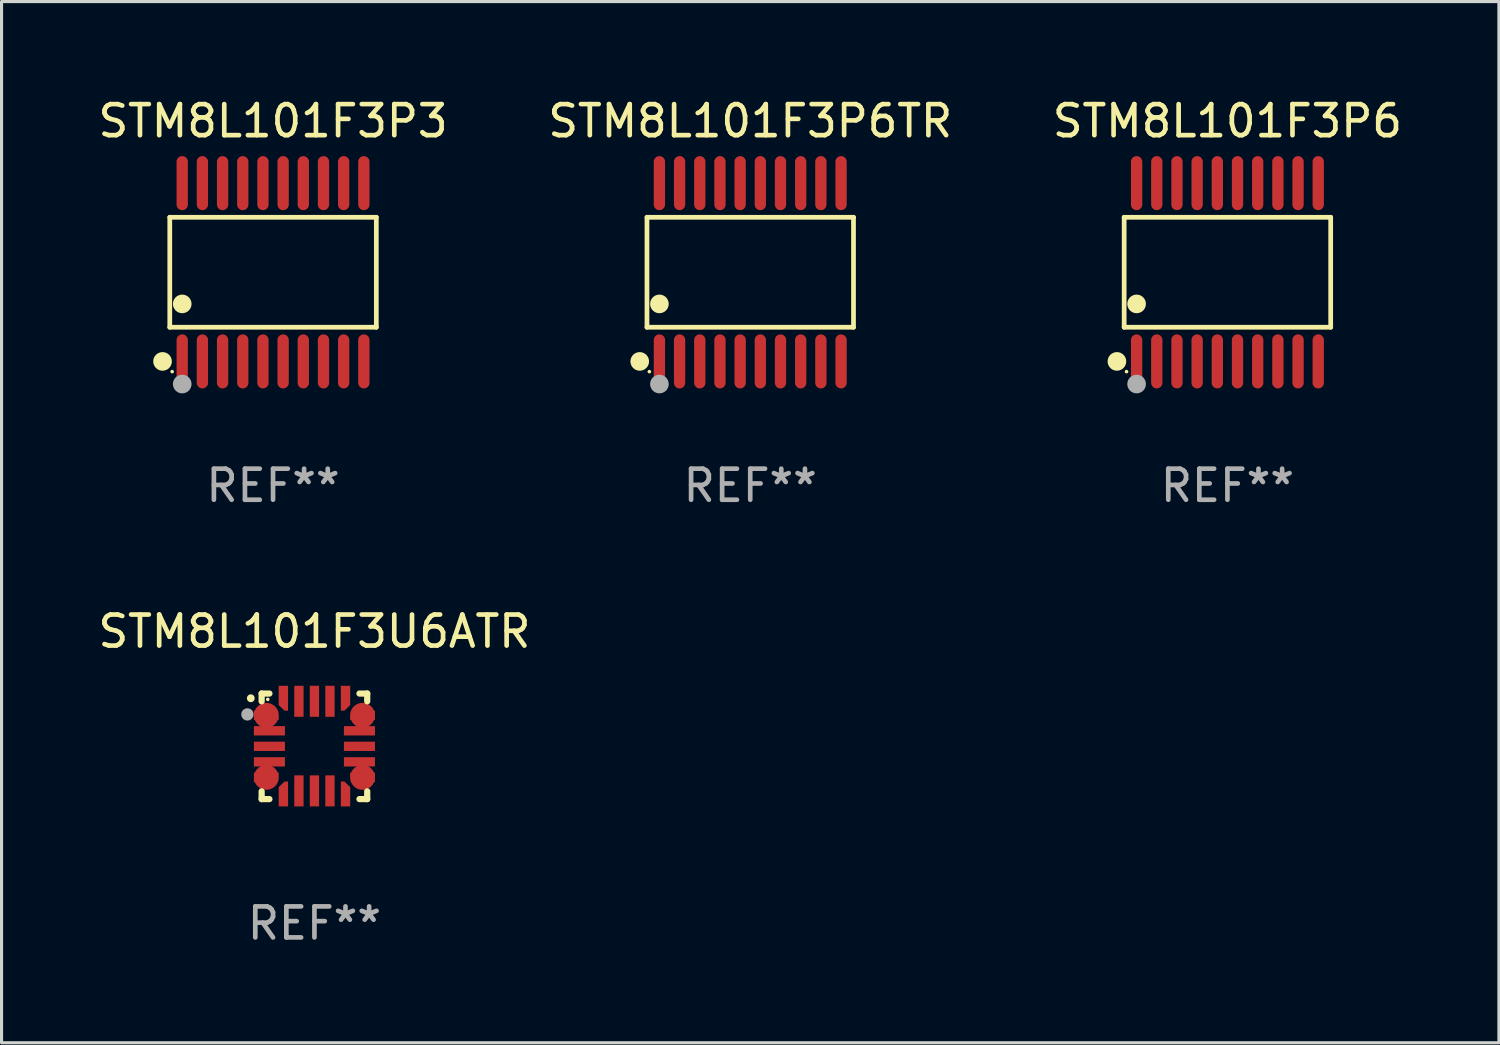
<source format=kicad_pcb>
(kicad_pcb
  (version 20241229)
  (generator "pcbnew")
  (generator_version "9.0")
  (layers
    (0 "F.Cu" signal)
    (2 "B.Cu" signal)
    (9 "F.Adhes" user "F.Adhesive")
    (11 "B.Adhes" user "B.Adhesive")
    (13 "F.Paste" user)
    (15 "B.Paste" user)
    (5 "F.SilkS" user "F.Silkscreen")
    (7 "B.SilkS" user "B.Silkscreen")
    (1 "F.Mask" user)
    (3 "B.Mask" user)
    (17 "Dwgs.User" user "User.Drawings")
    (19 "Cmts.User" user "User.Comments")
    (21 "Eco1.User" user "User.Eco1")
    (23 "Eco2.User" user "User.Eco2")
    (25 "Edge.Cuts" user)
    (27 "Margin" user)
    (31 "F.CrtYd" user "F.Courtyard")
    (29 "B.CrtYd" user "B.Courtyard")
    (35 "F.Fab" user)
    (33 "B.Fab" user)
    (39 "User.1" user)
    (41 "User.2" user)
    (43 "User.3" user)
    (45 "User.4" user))
  (footprint "STM8L101F3U6ATR"
    (layer "F.Cu")
    (at 7.077 20.987)
    (property "Reference" "STM8L101F3U6ATR" (at 0 -3.7 0) (layer "F.SilkS") (effects (font (size 1 1) (thickness 0.15))))
    (attr through_hole)
    (fp_line (start -1.7 -1.7) (end -1.45 -1.7) (stroke (width 0.2) (type solid)) (layer "F.SilkS"))
    (fp_line (start -1.7 -1.45) (end -1.7 -1.7) (stroke (width 0.2) (type solid)) (layer "F.SilkS"))
    (fp_line (start -1.7 1.45) (end -1.7 1.7) (stroke (width 0.2) (type solid)) (layer "F.SilkS"))
    (fp_line (start -1.7 1.7) (end -1.45 1.7) (stroke (width 0.2) (type solid)) (layer "F.SilkS"))
    (fp_line (start 1.45 -1.7) (end 1.7 -1.7) (stroke (width 0.2) (type solid)) (layer "F.SilkS"))
    (fp_line (start 1.45 1.7) (end 1.7 1.7) (stroke (width 0.2) (type solid)) (layer "F.SilkS"))
    (fp_line (start 1.7 -1.7) (end 1.7 -1.45) (stroke (width 0.2) (type solid)) (layer "F.SilkS"))
    (fp_line (start 1.7 1.7) (end 1.7 1.45) (stroke (width 0.2) (type solid)) (layer "F.SilkS"))
    (fp_arc (start -2.049784 -1.546863) (mid -2.04979 -1.548133) (end -2.049784 -1.549403) (stroke (width 0.25) (type solid)) (layer "F.SilkS"))
    (fp_circle (center -1.503 -1.512) (end -1.473 -1.512) (stroke (width 0.06) (type solid)) (fill no) (layer "F.SilkS"))
    (fp_circle (center -2.159 -1.028) (end -2.059 -1.028) (stroke (width 0.2) (type solid)) (fill no) (layer "F.Fab"))
    (fp_text user "REF**" (at 0 5.7 0) (layer "F.Fab") (effects (font (size 1 1) (thickness 0.15))))
    (pad "1" smd custom (at -1.549 -1) (size 0.803 0.302) (layers "F.Cu" "F.Mask" "F.Paste") (options (anchor circle)) (primitives (gr_poly (pts (xy -0.401 -0.151) (xy 0.221 -0.151) (xy 0.399 0.036) (xy 0.401 0.15) (xy -0.401 0.151)) (width 0) (fill yes))))
    (pad "2" smd rect (at -1.45 -0.5 90) (size 0.3 1) (layers "F.Cu" "F.Mask" "F.Paste"))
    (pad "3" smd rect (at -1.45 0 90) (size 0.3 1) (layers "F.Cu" "F.Mask" "F.Paste"))
    (pad "4" smd rect (at -1.45 0.5 90) (size 0.3 1) (layers "F.Cu" "F.Mask" "F.Paste"))
    (pad "5" smd custom (at -1.549 1.001) (size 0.803 0.302) (layers "F.Cu" "F.Mask" "F.Paste") (options (anchor circle)) (primitives (gr_poly (pts (xy -0.401 0.151) (xy 0.221 0.151) (xy 0.399 -0.037) (xy 0.401 -0.15) (xy -0.401 -0.152)) (width 0) (fill yes))))
    (pad "6" smd custom (at -1 1.552) (size 0.302 0.803) (layers "F.Cu" "F.Mask" "F.Paste") (options (anchor circle)) (primitives (gr_poly (pts (xy -0.151 0.383) (xy -0.151 -0.239) (xy 0.036 -0.418) (xy 0.15 -0.42) (xy 0.151 0.383)) (width 0) (fill yes))))
    (pad "7" smd rect (at -0.5 1.435) (size 0.3 1) (layers "F.Cu" "F.Mask" "F.Paste"))
    (pad "8" smd rect (at 0 1.435) (size 0.3 1) (layers "F.Cu" "F.Mask" "F.Paste"))
    (pad "9" smd rect (at 0.5 1.435) (size 0.3 1) (layers "F.Cu" "F.Mask" "F.Paste"))
    (pad "10" smd custom (at 1.001 1.552) (size 0.302 0.803) (layers "F.Cu" "F.Mask" "F.Paste") (options (anchor circle)) (primitives (gr_poly (pts (xy 0.151 0.383) (xy 0.151 -0.239) (xy -0.036 -0.418) (xy -0.15 -0.42) (xy -0.151 0.383)) (width 0) (fill yes))))
    (pad "11" smd custom (at 1.549 1.001) (size 0.803 0.302) (layers "F.Cu" "F.Mask" "F.Paste") (options (anchor circle)) (primitives (gr_poly (pts (xy 0.401 0.151) (xy -0.221 0.151) (xy -0.399 -0.037) (xy -0.401 -0.15) (xy 0.401 -0.152)) (width 0) (fill yes))))
    (pad "12" smd rect (at 1.45 0.5 90) (size 0.3 1) (layers "F.Cu" "F.Mask" "F.Paste"))
    (pad "13" smd rect (at 1.45 0 90) (size 0.3 1) (layers "F.Cu" "F.Mask" "F.Paste"))
    (pad "14" smd rect (at 1.45 -0.5 90) (size 0.3 1) (layers "F.Cu" "F.Mask" "F.Paste"))
    (pad "15" smd custom (at 1.549 -1) (size 0.803 0.302) (layers "F.Cu" "F.Mask" "F.Paste") (options (anchor circle)) (primitives (gr_poly (pts (xy 0.401 -0.151) (xy -0.221 -0.151) (xy -0.399 0.036) (xy -0.401 0.15) (xy 0.401 0.151)) (width 0) (fill yes))))
    (pad "16" smd custom (at 1.001 -1.567) (size 0.302 0.803) (layers "F.Cu" "F.Mask" "F.Paste") (options (anchor circle)) (primitives (gr_poly (pts (xy 0.151 -0.383) (xy 0.151 0.239) (xy -0.036 0.418) (xy -0.15 0.42) (xy -0.151 -0.383)) (width 0) (fill yes))))
    (pad "17" smd rect (at 0.5 -1.45) (size 0.3 1) (layers "F.Cu" "F.Mask" "F.Paste"))
    (pad "18" smd rect (at 0 -1.45) (size 0.3 1) (layers "F.Cu" "F.Mask" "F.Paste"))
    (pad "19" smd rect (at -0.5 -1.45) (size 0.3 1) (layers "F.Cu" "F.Mask" "F.Paste"))
    (pad "20" smd custom (at -1 -1.567) (size 0.302 0.803) (layers "F.Cu" "F.Mask" "F.Paste") (options (anchor circle)) (primitives (gr_poly (pts (xy -0.151 -0.383) (xy -0.151 0.239) (xy 0.036 0.418) (xy 0.15 0.42) (xy 0.151 -0.383)) (width 0) (fill yes)))))
  (footprint "STM8L101F3P3"
    (layer "F.Cu")
    (at 5.744 5.719)
    (property "Reference" "STM8L101F3P3" (at 0 -4.871 0) (layer "F.SilkS") (effects (font (size 1 1) (thickness 0.15))))
    (attr through_hole)
    (fp_line (start -3.326 -1.771) (end 3.326 -1.771) (stroke (width 0.152) (type solid)) (layer "F.SilkS"))
    (fp_line (start -3.326 1.771) (end -3.326 -1.771) (stroke (width 0.152) (type solid)) (layer "F.SilkS"))
    (fp_line (start 3.326 -1.771) (end 3.326 1.771) (stroke (width 0.152) (type solid)) (layer "F.SilkS"))
    (fp_line (start 3.326 1.771) (end -3.326 1.771) (stroke (width 0.152) (type solid)) (layer "F.SilkS"))
    (fp_circle (center -3.559 2.871) (end -3.409 2.871) (stroke (width 0.3) (type solid)) (fill no) (layer "F.SilkS"))
    (fp_circle (center -3.25 3.2) (end -3.22 3.2) (stroke (width 0.06) (type solid)) (fill no) (layer "F.SilkS"))
    (fp_circle (center -2.925 1.019) (end -2.775 1.019) (stroke (width 0.3) (type solid)) (fill no) (layer "F.SilkS"))
    (fp_circle (center -2.925 3.6) (end -2.775 3.6) (stroke (width 0.3) (type solid)) (fill no) (layer "F.Fab"))
    (fp_text user "REF**" (at 0 6.871 0) (layer "F.Fab") (effects (font (size 1 1) (thickness 0.15))))
    (pad "1" smd oval (at -2.925 2.871) (size 0.364 1.742) (layers "F.Cu" "F.Mask" "F.Paste"))
    (pad "2" smd oval (at -2.275 2.871) (size 0.364 1.742) (layers "F.Cu" "F.Mask" "F.Paste"))
    (pad "3" smd oval (at -1.625 2.871) (size 0.364 1.742) (layers "F.Cu" "F.Mask" "F.Paste"))
    (pad "4" smd oval (at -0.975 2.871) (size 0.364 1.742) (layers "F.Cu" "F.Mask" "F.Paste"))
    (pad "5" smd oval (at -0.325 2.871) (size 0.364 1.742) (layers "F.Cu" "F.Mask" "F.Paste"))
    (pad "6" smd oval (at 0.325 2.871) (size 0.364 1.742) (layers "F.Cu" "F.Mask" "F.Paste"))
    (pad "7" smd oval (at 0.975 2.871) (size 0.364 1.742) (layers "F.Cu" "F.Mask" "F.Paste"))
    (pad "8" smd oval (at 1.625 2.871) (size 0.364 1.742) (layers "F.Cu" "F.Mask" "F.Paste"))
    (pad "9" smd oval (at 2.275 2.871) (size 0.364 1.742) (layers "F.Cu" "F.Mask" "F.Paste"))
    (pad "10" smd oval (at 2.925 2.871) (size 0.364 1.742) (layers "F.Cu" "F.Mask" "F.Paste"))
    (pad "11" smd oval (at 2.925 -2.871) (size 0.364 1.742) (layers "F.Cu" "F.Mask" "F.Paste"))
    (pad "12" smd oval (at 2.275 -2.871) (size 0.364 1.742) (layers "F.Cu" "F.Mask" "F.Paste"))
    (pad "13" smd oval (at 1.625 -2.871) (size 0.364 1.742) (layers "F.Cu" "F.Mask" "F.Paste"))
    (pad "14" smd oval (at 0.975 -2.871) (size 0.364 1.742) (layers "F.Cu" "F.Mask" "F.Paste"))
    (pad "15" smd oval (at 0.325 -2.871) (size 0.364 1.742) (layers "F.Cu" "F.Mask" "F.Paste"))
    (pad "16" smd oval (at -0.325 -2.871) (size 0.364 1.742) (layers "F.Cu" "F.Mask" "F.Paste"))
    (pad "17" smd oval (at -0.975 -2.871) (size 0.364 1.742) (layers "F.Cu" "F.Mask" "F.Paste"))
    (pad "18" smd oval (at -1.625 -2.871) (size 0.364 1.742) (layers "F.Cu" "F.Mask" "F.Paste"))
    (pad "19" smd oval (at -2.275 -2.871) (size 0.364 1.742) (layers "F.Cu" "F.Mask" "F.Paste"))
    (pad "20" smd oval (at -2.925 -2.871) (size 0.364 1.742) (layers "F.Cu" "F.Mask" "F.Paste")))
  (footprint "STM8L101F3P6"
    (layer "F.Cu")
    (at 36.482 5.719)
    (property "Reference" "STM8L101F3P6" (at 0 -4.871 0) (layer "F.SilkS") (effects (font (size 1 1) (thickness 0.15))))
    (attr through_hole)
    (fp_line (start -3.326 -1.771) (end 3.326 -1.771) (stroke (width 0.152) (type solid)) (layer "F.SilkS"))
    (fp_line (start -3.326 1.771) (end -3.326 -1.771) (stroke (width 0.152) (type solid)) (layer "F.SilkS"))
    (fp_line (start 3.326 -1.771) (end 3.326 1.771) (stroke (width 0.152) (type solid)) (layer "F.SilkS"))
    (fp_line (start 3.326 1.771) (end -3.326 1.771) (stroke (width 0.152) (type solid)) (layer "F.SilkS"))
    (fp_circle (center -3.559 2.871) (end -3.409 2.871) (stroke (width 0.3) (type solid)) (fill no) (layer "F.SilkS"))
    (fp_circle (center -3.25 3.2) (end -3.22 3.2) (stroke (width 0.06) (type solid)) (fill no) (layer "F.SilkS"))
    (fp_circle (center -2.925 1.019) (end -2.775 1.019) (stroke (width 0.3) (type solid)) (fill no) (layer "F.SilkS"))
    (fp_circle (center -2.925 3.6) (end -2.775 3.6) (stroke (width 0.3) (type solid)) (fill no) (layer "F.Fab"))
    (fp_text user "REF**" (at 0 6.871 0) (layer "F.Fab") (effects (font (size 1 1) (thickness 0.15))))
    (pad "1" smd oval (at -2.925 2.871) (size 0.364 1.742) (layers "F.Cu" "F.Mask" "F.Paste"))
    (pad "2" smd oval (at -2.275 2.871) (size 0.364 1.742) (layers "F.Cu" "F.Mask" "F.Paste"))
    (pad "3" smd oval (at -1.625 2.871) (size 0.364 1.742) (layers "F.Cu" "F.Mask" "F.Paste"))
    (pad "4" smd oval (at -0.975 2.871) (size 0.364 1.742) (layers "F.Cu" "F.Mask" "F.Paste"))
    (pad "5" smd oval (at -0.325 2.871) (size 0.364 1.742) (layers "F.Cu" "F.Mask" "F.Paste"))
    (pad "6" smd oval (at 0.325 2.871) (size 0.364 1.742) (layers "F.Cu" "F.Mask" "F.Paste"))
    (pad "7" smd oval (at 0.975 2.871) (size 0.364 1.742) (layers "F.Cu" "F.Mask" "F.Paste"))
    (pad "8" smd oval (at 1.625 2.871) (size 0.364 1.742) (layers "F.Cu" "F.Mask" "F.Paste"))
    (pad "9" smd oval (at 2.275 2.871) (size 0.364 1.742) (layers "F.Cu" "F.Mask" "F.Paste"))
    (pad "10" smd oval (at 2.925 2.871) (size 0.364 1.742) (layers "F.Cu" "F.Mask" "F.Paste"))
    (pad "11" smd oval (at 2.925 -2.871) (size 0.364 1.742) (layers "F.Cu" "F.Mask" "F.Paste"))
    (pad "12" smd oval (at 2.275 -2.871) (size 0.364 1.742) (layers "F.Cu" "F.Mask" "F.Paste"))
    (pad "13" smd oval (at 1.625 -2.871) (size 0.364 1.742) (layers "F.Cu" "F.Mask" "F.Paste"))
    (pad "14" smd oval (at 0.975 -2.871) (size 0.364 1.742) (layers "F.Cu" "F.Mask" "F.Paste"))
    (pad "15" smd oval (at 0.325 -2.871) (size 0.364 1.742) (layers "F.Cu" "F.Mask" "F.Paste"))
    (pad "16" smd oval (at -0.325 -2.871) (size 0.364 1.742) (layers "F.Cu" "F.Mask" "F.Paste"))
    (pad "17" smd oval (at -0.975 -2.871) (size 0.364 1.742) (layers "F.Cu" "F.Mask" "F.Paste"))
    (pad "18" smd oval (at -1.625 -2.871) (size 0.364 1.742) (layers "F.Cu" "F.Mask" "F.Paste"))
    (pad "19" smd oval (at -2.275 -2.871) (size 0.364 1.742) (layers "F.Cu" "F.Mask" "F.Paste"))
    (pad "20" smd oval (at -2.925 -2.871) (size 0.364 1.742) (layers "F.Cu" "F.Mask" "F.Paste")))
  (footprint "STM8L101F3P6TR"
    (layer "F.Cu")
    (at 21.113 5.719)
    (property "Reference" "STM8L101F3P6TR" (at 0 -4.871 0) (layer "F.SilkS") (effects (font (size 1 1) (thickness 0.15))))
    (attr through_hole)
    (fp_line (start -3.326 -1.771) (end 3.326 -1.771) (stroke (width 0.152) (type solid)) (layer "F.SilkS"))
    (fp_line (start -3.326 1.771) (end -3.326 -1.771) (stroke (width 0.152) (type solid)) (layer "F.SilkS"))
    (fp_line (start 3.326 -1.771) (end 3.326 1.771) (stroke (width 0.152) (type solid)) (layer "F.SilkS"))
    (fp_line (start 3.326 1.771) (end -3.326 1.771) (stroke (width 0.152) (type solid)) (layer "F.SilkS"))
    (fp_circle (center -3.559 2.871) (end -3.409 2.871) (stroke (width 0.3) (type solid)) (fill no) (layer "F.SilkS"))
    (fp_circle (center -3.25 3.2) (end -3.22 3.2) (stroke (width 0.06) (type solid)) (fill no) (layer "F.SilkS"))
    (fp_circle (center -2.925 1.019) (end -2.775 1.019) (stroke (width 0.3) (type solid)) (fill no) (layer "F.SilkS"))
    (fp_circle (center -2.925 3.6) (end -2.775 3.6) (stroke (width 0.3) (type solid)) (fill no) (layer "F.Fab"))
    (fp_text user "REF**" (at 0 6.871 0) (layer "F.Fab") (effects (font (size 1 1) (thickness 0.15))))
    (pad "1" smd oval (at -2.925 2.871) (size 0.364 1.742) (layers "F.Cu" "F.Mask" "F.Paste"))
    (pad "2" smd oval (at -2.275 2.871) (size 0.364 1.742) (layers "F.Cu" "F.Mask" "F.Paste"))
    (pad "3" smd oval (at -1.625 2.871) (size 0.364 1.742) (layers "F.Cu" "F.Mask" "F.Paste"))
    (pad "4" smd oval (at -0.975 2.871) (size 0.364 1.742) (layers "F.Cu" "F.Mask" "F.Paste"))
    (pad "5" smd oval (at -0.325 2.871) (size 0.364 1.742) (layers "F.Cu" "F.Mask" "F.Paste"))
    (pad "6" smd oval (at 0.325 2.871) (size 0.364 1.742) (layers "F.Cu" "F.Mask" "F.Paste"))
    (pad "7" smd oval (at 0.975 2.871) (size 0.364 1.742) (layers "F.Cu" "F.Mask" "F.Paste"))
    (pad "8" smd oval (at 1.625 2.871) (size 0.364 1.742) (layers "F.Cu" "F.Mask" "F.Paste"))
    (pad "9" smd oval (at 2.275 2.871) (size 0.364 1.742) (layers "F.Cu" "F.Mask" "F.Paste"))
    (pad "10" smd oval (at 2.925 2.871) (size 0.364 1.742) (layers "F.Cu" "F.Mask" "F.Paste"))
    (pad "11" smd oval (at 2.925 -2.871) (size 0.364 1.742) (layers "F.Cu" "F.Mask" "F.Paste"))
    (pad "12" smd oval (at 2.275 -2.871) (size 0.364 1.742) (layers "F.Cu" "F.Mask" "F.Paste"))
    (pad "13" smd oval (at 1.625 -2.871) (size 0.364 1.742) (layers "F.Cu" "F.Mask" "F.Paste"))
    (pad "14" smd oval (at 0.975 -2.871) (size 0.364 1.742) (layers "F.Cu" "F.Mask" "F.Paste"))
    (pad "15" smd oval (at 0.325 -2.871) (size 0.364 1.742) (layers "F.Cu" "F.Mask" "F.Paste"))
    (pad "16" smd oval (at -0.325 -2.871) (size 0.364 1.742) (layers "F.Cu" "F.Mask" "F.Paste"))
    (pad "17" smd oval (at -0.975 -2.871) (size 0.364 1.742) (layers "F.Cu" "F.Mask" "F.Paste"))
    (pad "18" smd oval (at -1.625 -2.871) (size 0.364 1.742) (layers "F.Cu" "F.Mask" "F.Paste"))
    (pad "19" smd oval (at -2.275 -2.871) (size 0.364 1.742) (layers "F.Cu" "F.Mask" "F.Paste"))
    (pad "20" smd oval (at -2.925 -2.871) (size 0.364 1.742) (layers "F.Cu" "F.Mask" "F.Paste")))
  (gr_rect
    (start -3 -3)
    (end 45.226 30.535)
    (stroke (width 0.1) (type default))
    (fill no)
    (layer "Edge.Cuts")))
</source>
